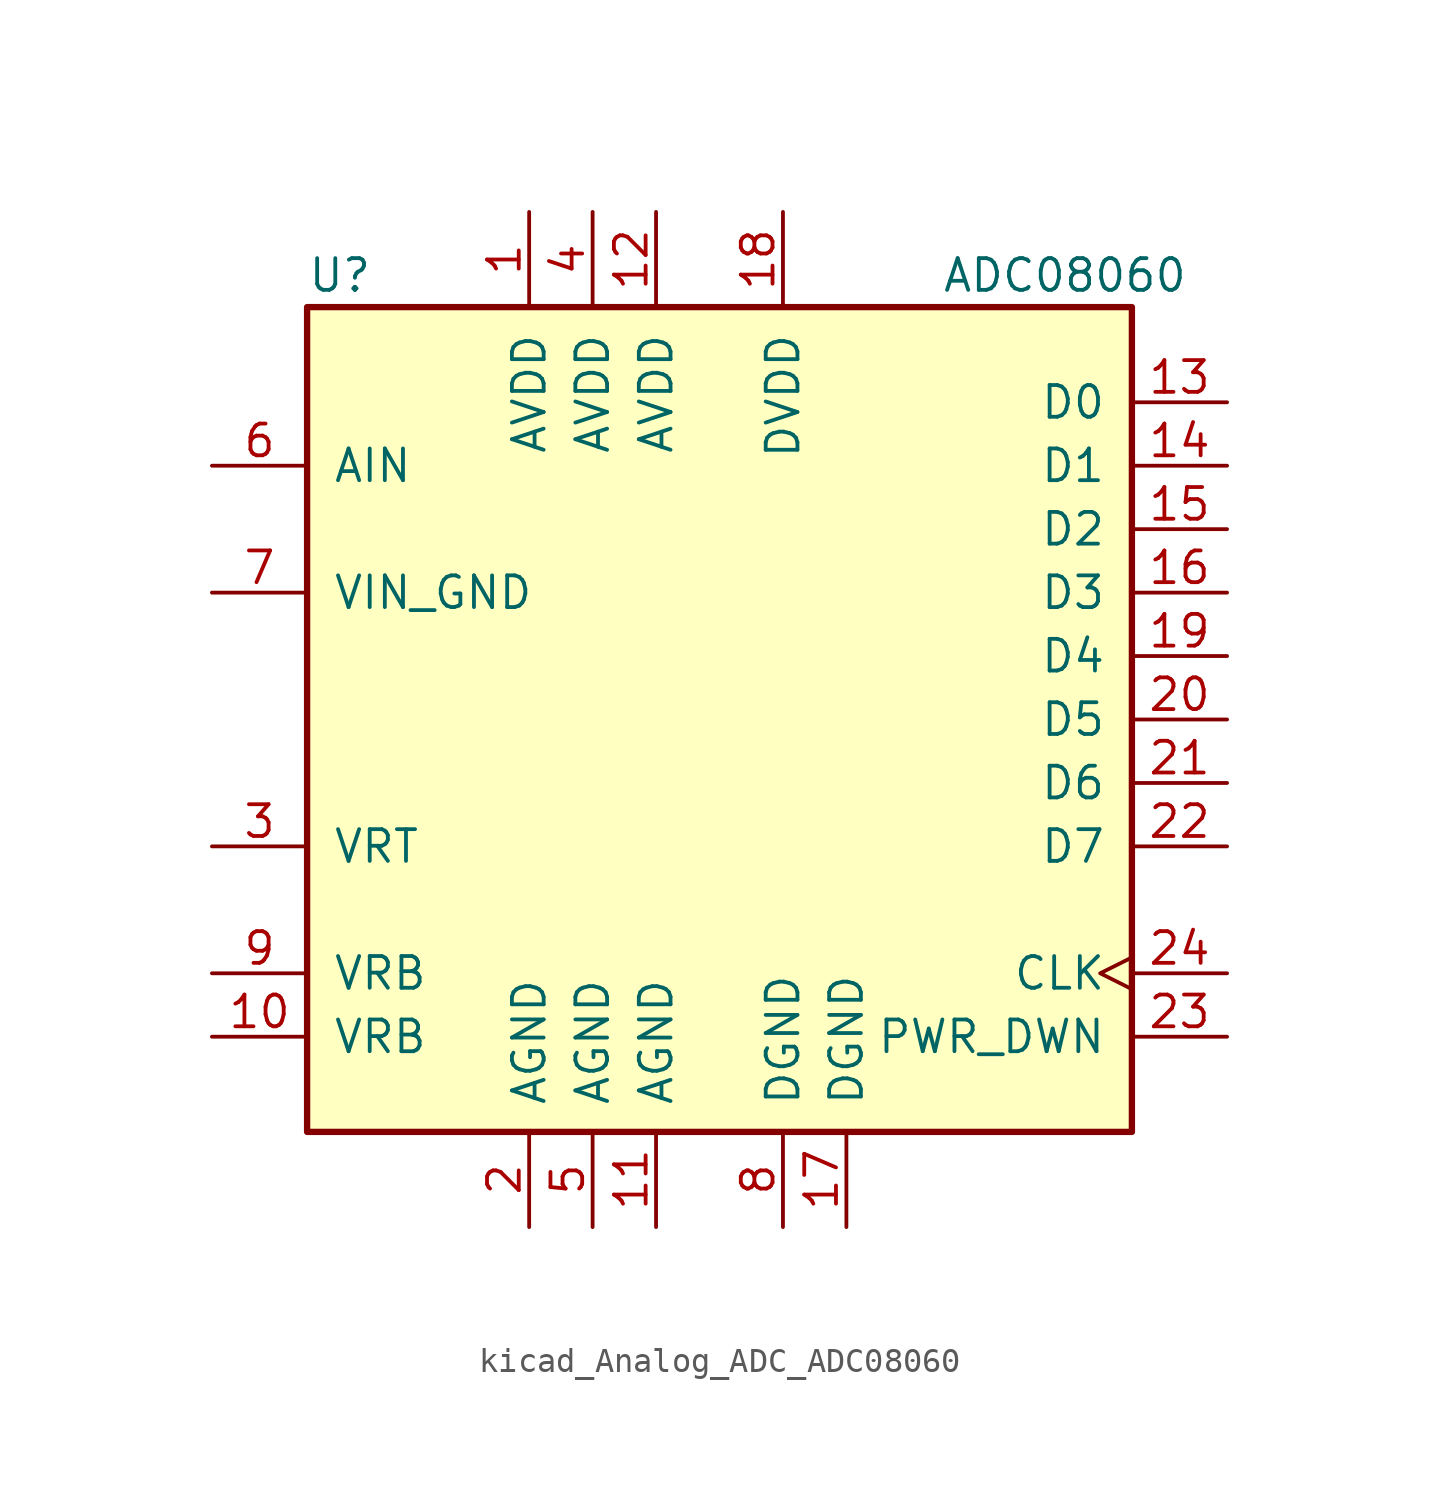
<source format=kicad_sym>
(kicad_symbol_lib
  (version 20220914)
  (generator kicad_symbol_editor)
  (symbol "kicad_Analog_ADC_ADC08060"
    (pin_names
      (offset 1.016))
    (property "Reference" "U"
      (at -16.51 17.78 0)
      (effects (font (size 1.27 1.27)) (justify left)))
    (property "Value" "ADC08060"
      (at 8.89 17.78 0)
      (effects (font (size 1.27 1.27)) (justify left)))
    (symbol "kicad_Analog_ADC_ADC08060_0_1"
      (rectangle (start -16.51 16.51) (end 16.51 -16.51) (stroke (width 0.254) (type default)) (fill (type background))))
    (symbol "kicad_Analog_ADC_ADC08060_1_1"
      (pin power_in line (at -7.62 20.32 270) (length 3.81) (name "AVDD" (effects (font (size 1.27 1.27)))) (number "1" (effects (font (size 1.27 1.27)))))
      (pin input line (at -20.32 -12.7 0) (length 3.81) (name "VRB" (effects (font (size 1.27 1.27)))) (number "10" (effects (font (size 1.27 1.27)))))
      (pin power_in line (at -2.54 -20.32 90) (length 3.81) (name "AGND" (effects (font (size 1.27 1.27)))) (number "11" (effects (font (size 1.27 1.27)))))
      (pin power_in line (at -2.54 20.32 270) (length 3.81) (name "AVDD" (effects (font (size 1.27 1.27)))) (number "12" (effects (font (size 1.27 1.27)))))
      (pin tri_state line (at 20.32 12.7 180) (length 3.81) (name "D0" (effects (font (size 1.27 1.27)))) (number "13" (effects (font (size 1.27 1.27)))))
      (pin tri_state line (at 20.32 10.16 180) (length 3.81) (name "D1" (effects (font (size 1.27 1.27)))) (number "14" (effects (font (size 1.27 1.27)))))
      (pin tri_state line (at 20.32 7.62 180) (length 3.81) (name "D2" (effects (font (size 1.27 1.27)))) (number "15" (effects (font (size 1.27 1.27)))))
      (pin tri_state line (at 20.32 5.08 180) (length 3.81) (name "D3" (effects (font (size 1.27 1.27)))) (number "16" (effects (font (size 1.27 1.27)))))
      (pin power_in line (at 5.08 -20.32 90) (length 3.81) (name "DGND" (effects (font (size 1.27 1.27)))) (number "17" (effects (font (size 1.27 1.27)))))
      (pin power_in line (at 2.54 20.32 270) (length 3.81) (name "DVDD" (effects (font (size 1.27 1.27)))) (number "18" (effects (font (size 1.27 1.27)))))
      (pin tri_state line (at 20.32 2.54 180) (length 3.81) (name "D4" (effects (font (size 1.27 1.27)))) (number "19" (effects (font (size 1.27 1.27)))))
      (pin power_in line (at -7.62 -20.32 90) (length 3.81) (name "AGND" (effects (font (size 1.27 1.27)))) (number "2" (effects (font (size 1.27 1.27)))))
      (pin tri_state line (at 20.32 0 180) (length 3.81) (name "D5" (effects (font (size 1.27 1.27)))) (number "20" (effects (font (size 1.27 1.27)))))
      (pin tri_state line (at 20.32 -2.54 180) (length 3.81) (name "D6" (effects (font (size 1.27 1.27)))) (number "21" (effects (font (size 1.27 1.27)))))
      (pin tri_state line (at 20.32 -5.08 180) (length 3.81) (name "D7" (effects (font (size 1.27 1.27)))) (number "22" (effects (font (size 1.27 1.27)))))
      (pin input line (at 20.32 -12.7 180) (length 3.81) (name "PWR_DWN" (effects (font (size 1.27 1.27)))) (number "23" (effects (font (size 1.27 1.27)))))
      (pin input clock (at 20.32 -10.16 180) (length 3.81) (name "CLK" (effects (font (size 1.27 1.27)))) (number "24" (effects (font (size 1.27 1.27)))))
      (pin input line (at -20.32 -5.08 0) (length 3.81) (name "VRT" (effects (font (size 1.27 1.27)))) (number "3" (effects (font (size 1.27 1.27)))))
      (pin power_in line (at -5.08 20.32 270) (length 3.81) (name "AVDD" (effects (font (size 1.27 1.27)))) (number "4" (effects (font (size 1.27 1.27)))))
      (pin power_in line (at -5.08 -20.32 90) (length 3.81) (name "AGND" (effects (font (size 1.27 1.27)))) (number "5" (effects (font (size 1.27 1.27)))))
      (pin input line (at -20.32 10.16 0) (length 3.81) (name "AIN" (effects (font (size 1.27 1.27)))) (number "6" (effects (font (size 1.27 1.27)))))
      (pin input line (at -20.32 5.08 0) (length 3.81) (name "VIN_GND" (effects (font (size 1.27 1.27)))) (number "7" (effects (font (size 1.27 1.27)))))
      (pin power_in line (at 2.54 -20.32 90) (length 3.81) (name "DGND" (effects (font (size 1.27 1.27)))) (number "8" (effects (font (size 1.27 1.27)))))
      (pin input line (at -20.32 -10.16 0) (length 3.81) (name "VRB" (effects (font (size 1.27 1.27)))) (number "9" (effects (font (size 1.27 1.27))))))))
</source>
